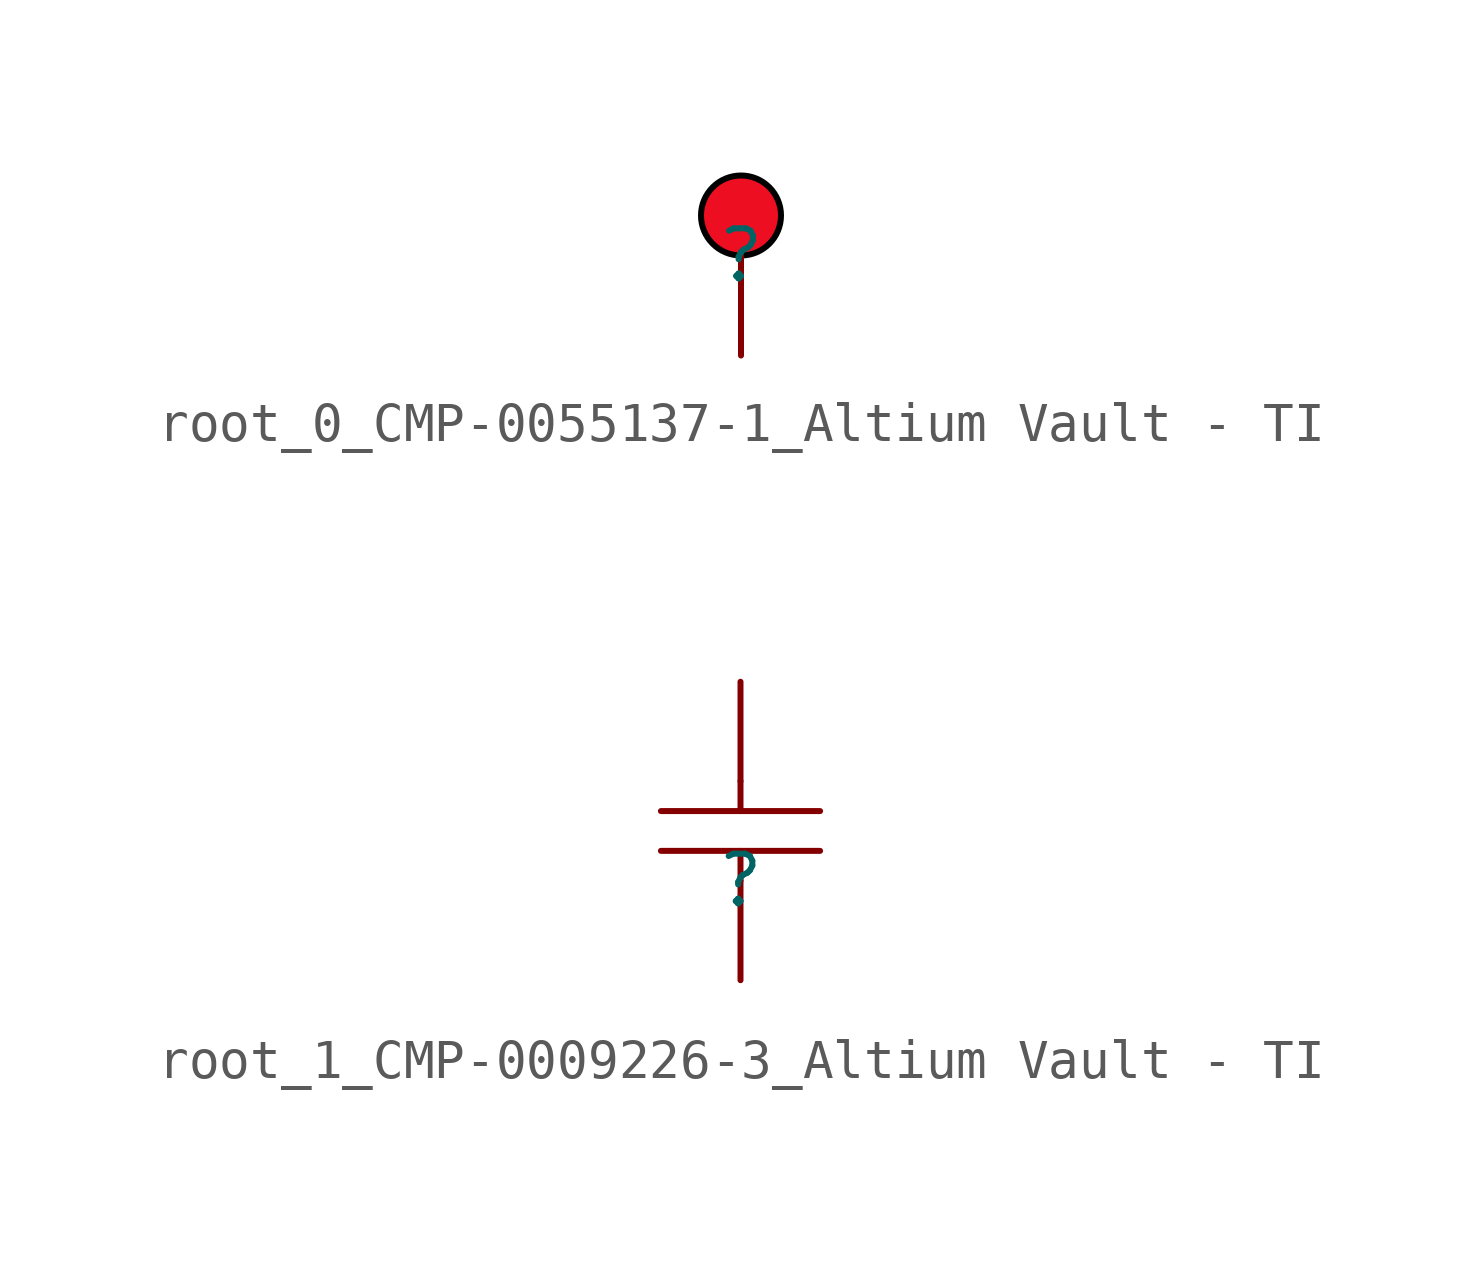
<source format=kicad_sym>
(kicad_symbol_lib
  (version 20241209)
  (generator "kicad_symbol_editor")
  (generator_version "9.0")
  (symbol "root_0_CMP-0055137-1_Altium Vault - TI"
    (pin_numbers
      (hide yes))
    (pin_names
      (hide yes))
    (property "Reference" ""
      (at 0 0 0)
      (effects (font (size 1.27 1.27))))
    (property "Value" ""
      (at 0 0 0)
      (effects (font (size 1.27 1.27))))
    (symbol "root_0_CMP-0055137-1_Altium Vault - TI_1_0"
      (circle (center 0 1.016) (radius 1.016) (stroke (width 0) (type solid) (color 0 0 0 1)) (fill (type color) (color 238 14 34 1)))
      (pin passive line (at 0 -2.54 90) (length 2.54) (name "" (effects (font (size 1.27 1.27)))) (number "1" (effects (font (size 1.27 1.27)))))))
  (symbol "root_1_CMP-0009226-3_Altium Vault - TI"
    (pin_numbers
      (hide yes))
    (pin_names
      (hide yes))
    (property "Reference" ""
      (at 0 0 0)
      (effects (font (size 1.27 1.27))))
    (property "Value" ""
      (at 0 0 0)
      (effects (font (size 1.27 1.27))))
    (symbol "root_1_CMP-0009226-3_Altium Vault - TI_1_0"
      (polyline (pts (xy -2.032 1.778) (xy 2.032 1.778)) (stroke (width 0) (type solid)) (fill (type none)))
      (polyline (pts (xy -2.032 0.762) (xy 2.032 0.762)) (stroke (width 0) (type solid)) (fill (type none)))
      (polyline (pts (xy 0 2.54) (xy 0 1.778)) (stroke (width 0) (type solid)) (fill (type none)))
      (polyline (pts (xy 0 0) (xy 0 0.762)) (stroke (width 0) (type solid)) (fill (type none)))
      (pin passive line (at 0 5.08 270) (length 2.54) (name "1" (effects (font (size 1.27 1.27)))) (number "1" (effects (font (size 1.27 1.27)))))
      (pin passive line (at 0 -2.54 90) (length 2.54) (name "2" (effects (font (size 1.27 1.27)))) (number "2" (effects (font (size 1.27 1.27))))))))
</source>
